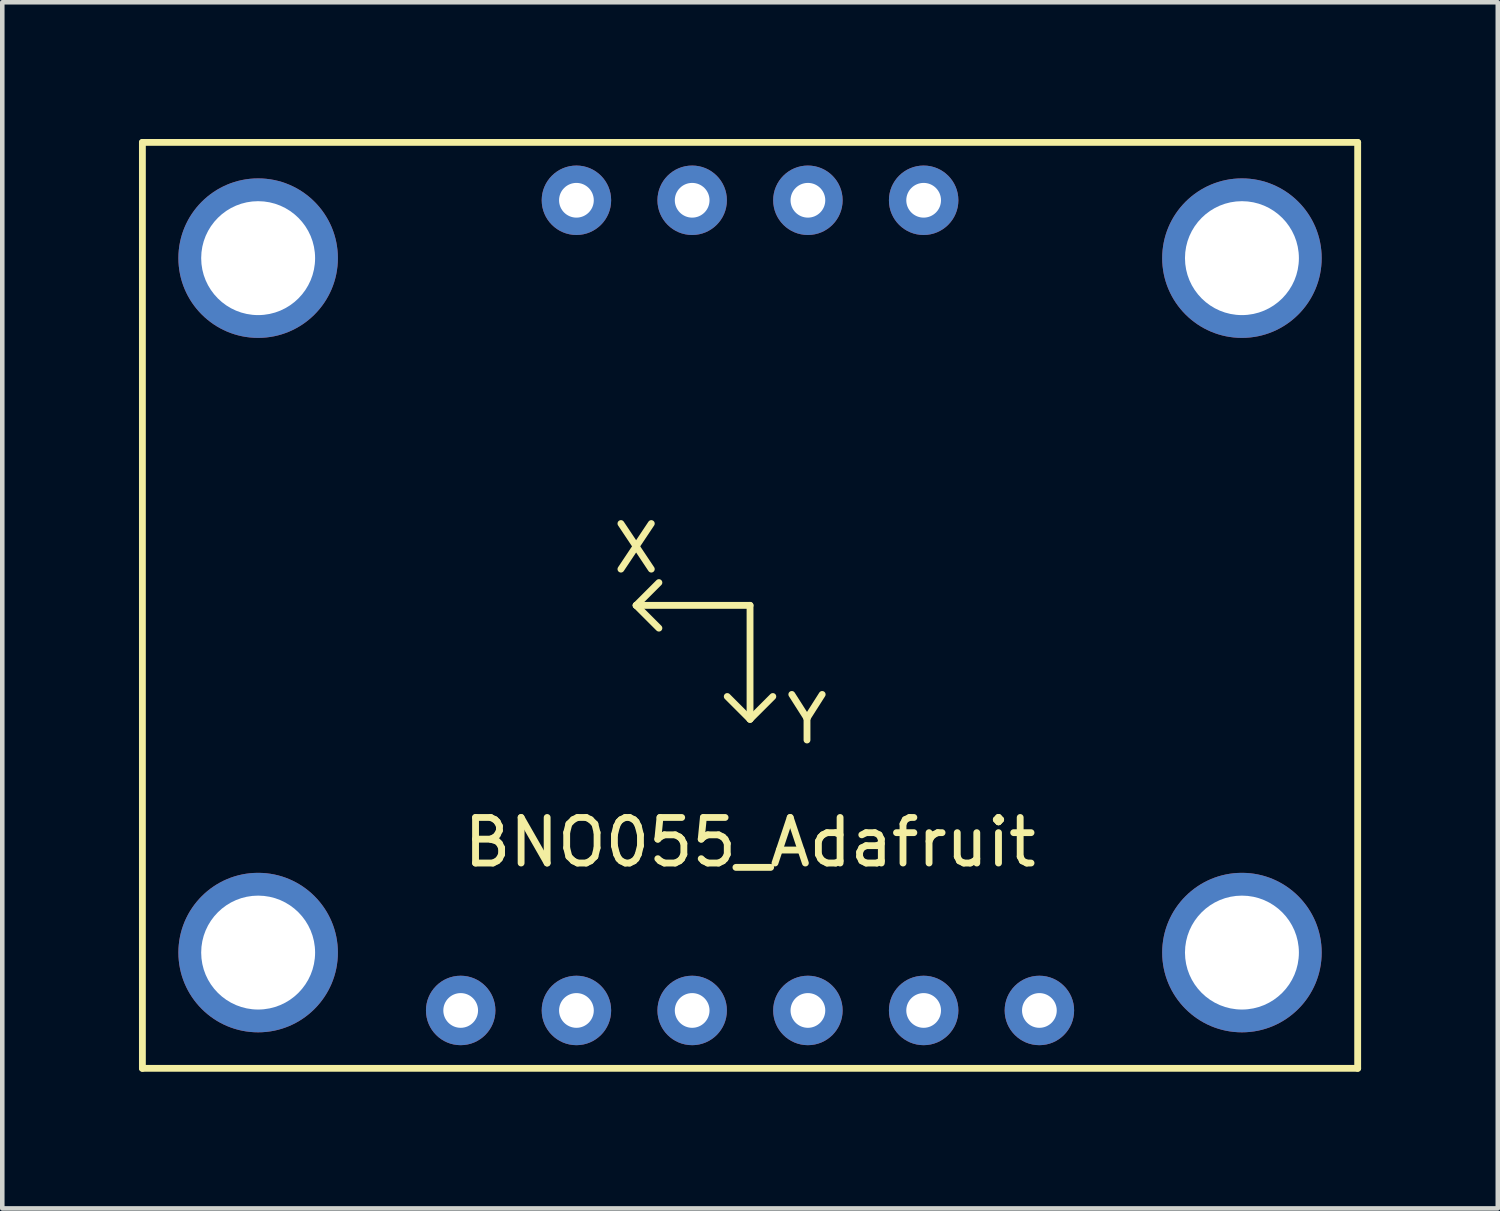
<source format=kicad_pcb>
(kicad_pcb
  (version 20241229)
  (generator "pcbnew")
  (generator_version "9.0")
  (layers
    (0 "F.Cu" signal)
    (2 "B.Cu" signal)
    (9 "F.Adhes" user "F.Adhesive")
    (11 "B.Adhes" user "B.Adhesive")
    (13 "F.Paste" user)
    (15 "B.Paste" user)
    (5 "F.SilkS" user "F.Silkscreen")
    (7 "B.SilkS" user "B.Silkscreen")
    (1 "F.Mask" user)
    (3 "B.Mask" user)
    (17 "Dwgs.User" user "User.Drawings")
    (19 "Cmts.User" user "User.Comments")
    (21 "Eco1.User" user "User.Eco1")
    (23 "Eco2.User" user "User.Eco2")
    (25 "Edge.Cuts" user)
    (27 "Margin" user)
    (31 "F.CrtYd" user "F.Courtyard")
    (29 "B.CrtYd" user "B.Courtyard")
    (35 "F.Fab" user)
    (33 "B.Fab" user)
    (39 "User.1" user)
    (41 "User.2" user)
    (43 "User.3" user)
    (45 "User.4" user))
  (footprint "BNO055_Adafruit"
    (layer "F.Cu")
    (at 13.41 10.235)
    (property "Reference" "BNO055_Adafruit" (at 0 5.2 0) (layer "F.SilkS") (effects (font (size 1 1) (thickness 0.15))))
    (attr through_hole)
    (fp_line (start -13.335 -10.16) (end -13.335 10.16) (stroke (width 0.15) (type solid)) (layer "F.SilkS"))
    (fp_line (start -13.335 10.16) (end 13.335 10.16) (stroke (width 0.15) (type solid)) (layer "F.SilkS"))
    (fp_line (start -2.5 0) (end -2 -0.5) (stroke (width 0.15) (type solid)) (layer "F.SilkS"))
    (fp_line (start -2.5 0) (end -2 0.5) (stroke (width 0.15) (type solid)) (layer "F.SilkS"))
    (fp_line (start 0 0) (end -2.5 0) (stroke (width 0.15) (type solid)) (layer "F.SilkS"))
    (fp_line (start 0 0) (end 0 2.5) (stroke (width 0.15) (type solid)) (layer "F.SilkS"))
    (fp_line (start 0 2.5) (end -0.5 2) (stroke (width 0.15) (type solid)) (layer "F.SilkS"))
    (fp_line (start 0 2.5) (end 0.5 2) (stroke (width 0.15) (type solid)) (layer "F.SilkS"))
    (fp_line (start 13.335 -10.16) (end -13.335 -10.16) (stroke (width 0.15) (type solid)) (layer "F.SilkS"))
    (fp_line (start 13.335 10.16) (end 13.335 -10.16) (stroke (width 0.15) (type solid)) (layer "F.SilkS"))
    (fp_text user "X" (at -2.5 -1.25 0) (layer "F.SilkS") (effects (font (size 1 1) (thickness 0.15))))
    (fp_text user "Y" (at 1.25 2.5 0) (layer "F.SilkS") (effects (font (size 1 1) (thickness 0.15))))
    (pad "1" thru_hole circle (at -6.35 8.89) (size 1.524 1.524) (drill 0.762) (layers "*.Cu" "*.Mask"))
    (pad "2" thru_hole circle (at -3.81 8.89) (size 1.524 1.524) (drill 0.762) (layers "*.Cu" "*.Mask"))
    (pad "3" thru_hole circle (at -1.27 8.89) (size 1.524 1.524) (drill 0.762) (layers "*.Cu" "*.Mask"))
    (pad "4" thru_hole circle (at 1.27 8.89) (size 1.524 1.524) (drill 0.762) (layers "*.Cu" "*.Mask"))
    (pad "5" thru_hole circle (at 3.81 8.89) (size 1.524 1.524) (drill 0.762) (layers "*.Cu" "*.Mask"))
    (pad "6" thru_hole circle (at 6.35 8.89) (size 1.524 1.524) (drill 0.762) (layers "*.Cu" "*.Mask"))
    (pad "7" thru_hole circle (at 3.81 -8.89) (size 1.524 1.524) (drill 0.762) (layers "*.Cu" "*.Mask"))
    (pad "8" thru_hole circle (at 1.27 -8.89) (size 1.524 1.524) (drill 0.762) (layers "*.Cu" "*.Mask"))
    (pad "9" thru_hole circle (at -1.27 -8.89) (size 1.524 1.524) (drill 0.762) (layers "*.Cu" "*.Mask"))
    (pad "10" thru_hole circle (at -3.81 -8.89) (size 1.524 1.524) (drill 0.762) (layers "*.Cu" "*.Mask"))
    (pad "11" thru_hole circle (at -10.795 -7.62) (size 3.5 3.5) (drill 2.5) (layers "*.Cu" "*.Mask"))
    (pad "11" thru_hole circle (at -10.795 7.62) (size 3.5 3.5) (drill 2.5) (layers "*.Cu" "*.Mask"))
    (pad "11" thru_hole circle (at 10.795 -7.62) (size 3.5 3.5) (drill 2.5) (layers "*.Cu" "*.Mask"))
    (pad "11" thru_hole circle (at 10.795 7.62) (size 3.5 3.5) (drill 2.5) (layers "*.Cu" "*.Mask")))
  (gr_rect
    (start -3 -3)
    (end 29.82 23.47)
    (stroke (width 0.1) (type default))
    (fill no)
    (layer "Edge.Cuts")))
</source>
